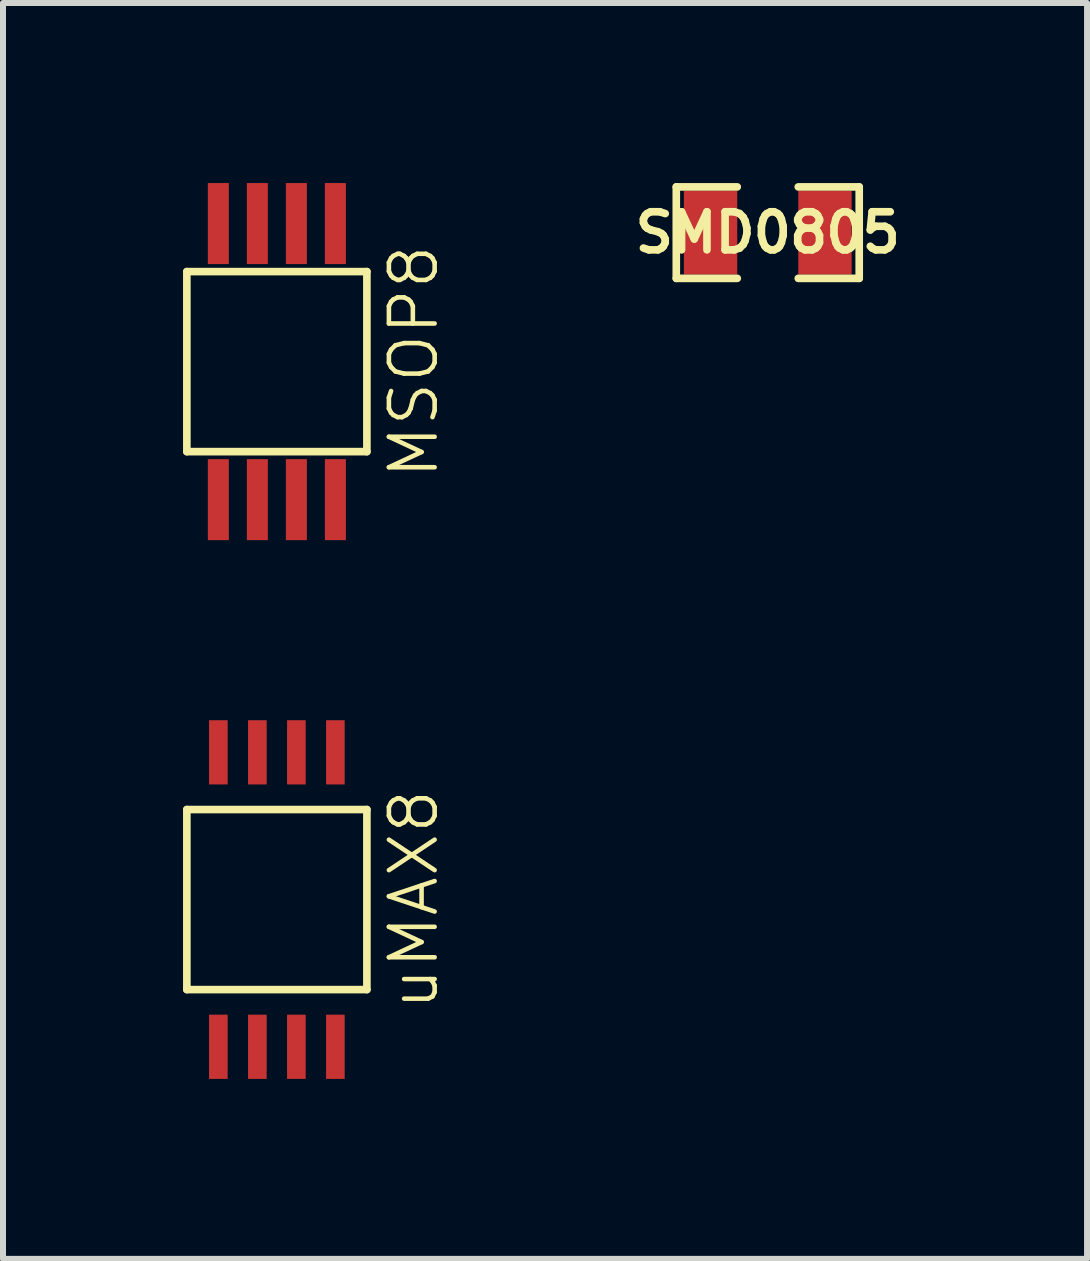
<source format=kicad_pcb>
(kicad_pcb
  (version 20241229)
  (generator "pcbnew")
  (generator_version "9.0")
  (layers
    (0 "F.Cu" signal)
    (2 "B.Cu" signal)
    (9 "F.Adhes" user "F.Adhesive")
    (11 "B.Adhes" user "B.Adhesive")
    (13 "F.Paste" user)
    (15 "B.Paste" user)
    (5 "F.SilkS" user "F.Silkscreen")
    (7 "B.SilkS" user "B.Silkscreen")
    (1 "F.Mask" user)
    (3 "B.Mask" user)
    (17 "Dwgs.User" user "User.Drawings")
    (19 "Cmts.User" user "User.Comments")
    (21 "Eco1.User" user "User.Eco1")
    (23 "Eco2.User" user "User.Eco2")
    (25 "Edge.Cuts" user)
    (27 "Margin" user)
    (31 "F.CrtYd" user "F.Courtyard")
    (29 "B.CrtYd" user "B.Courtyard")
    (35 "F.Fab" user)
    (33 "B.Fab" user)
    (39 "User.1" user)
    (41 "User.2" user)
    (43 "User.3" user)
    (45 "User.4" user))
  (footprint "SMD0805"
    (layer "F.Cu")
    (at 9.742 0.826)
    (property "Reference" "SMD0805" (at 0 0 0) (layer "F.SilkS") (effects (font (size 0.635 0.635) (thickness 0.127))))
    (attr smd)
    (fp_line (start -1.524 -0.762) (end -0.508 -0.762) (stroke (width 0.127) (type solid)) (layer "F.SilkS"))
    (fp_line (start -1.524 0.762) (end -1.524 -0.762) (stroke (width 0.127) (type solid)) (layer "F.SilkS"))
    (fp_line (start -0.508 0.762) (end -1.524 0.762) (stroke (width 0.127) (type solid)) (layer "F.SilkS"))
    (fp_line (start 0.508 -0.762) (end 1.524 -0.762) (stroke (width 0.127) (type solid)) (layer "F.SilkS"))
    (fp_line (start 1.524 -0.762) (end 1.524 0.762) (stroke (width 0.127) (type solid)) (layer "F.SilkS"))
    (fp_line (start 1.524 0.762) (end 0.508 0.762) (stroke (width 0.127) (type solid)) (layer "F.SilkS"))
    (pad "1" smd rect (at -0.953 0) (size 0.889 1.397) (layers "F.Cu" "F.Mask" "F.Paste"))
    (pad "2" smd rect (at 0.953 0) (size 0.889 1.397) (layers "F.Cu" "F.Mask" "F.Paste")))
  (footprint "MSOP8"
    (layer "F.Cu")
    (at 1.563 2.975)
    (property "Reference" "MSOP8" (at 2.28 0 90) (layer "F.SilkS") (effects (font (size 0.762 0.762) (thickness 0.076))))
    (attr through_hole)
    (fp_line (start -1.5 -1.5) (end 1.5 -1.5) (stroke (width 0.127) (type solid)) (layer "F.SilkS"))
    (fp_line (start -1.5 1.5) (end -1.5 -1.5) (stroke (width 0.127) (type solid)) (layer "F.SilkS"))
    (fp_line (start 1.5 -1.5) (end 1.5 1.5) (stroke (width 0.127) (type solid)) (layer "F.SilkS"))
    (fp_line (start 1.5 1.5) (end -1.5 1.5) (stroke (width 0.127) (type solid)) (layer "F.SilkS"))
    (pad "1" smd rect (at -0.975 2.3) (size 0.35 1.35) (layers "F.Cu" "F.Mask" "F.Paste"))
    (pad "2" smd rect (at -0.325 2.3) (size 0.35 1.35) (layers "F.Cu" "F.Mask" "F.Paste"))
    (pad "3" smd rect (at 0.325 2.3) (size 0.35 1.35) (layers "F.Cu" "F.Mask" "F.Paste"))
    (pad "4" smd rect (at 0.975 2.3) (size 0.35 1.35) (layers "F.Cu" "F.Mask" "F.Paste"))
    (pad "5" smd rect (at 0.975 -2.3) (size 0.35 1.35) (layers "F.Cu" "F.Mask" "F.Paste"))
    (pad "6" smd rect (at 0.325 -2.3) (size 0.35 1.35) (layers "F.Cu" "F.Mask" "F.Paste"))
    (pad "7" smd rect (at -0.325 -2.3) (size 0.35 1.35) (layers "F.Cu" "F.Mask" "F.Paste"))
    (pad "8" smd rect (at -0.975 -2.3) (size 0.35 1.35) (layers "F.Cu" "F.Mask" "F.Paste")))
  (footprint "uMAX8"
    (layer "F.Cu")
    (at 1.563 11.938)
    (property "Reference" "uMAX8" (at 2.28 0 90) (layer "F.SilkS") (effects (font (size 0.762 0.762) (thickness 0.076))))
    (attr through_hole)
    (fp_line (start -1.5 -1.5) (end 1.5 -1.5) (stroke (width 0.127) (type solid)) (layer "F.SilkS"))
    (fp_line (start -1.5 1.5) (end -1.5 -1.5) (stroke (width 0.127) (type solid)) (layer "F.SilkS"))
    (fp_line (start 1.5 -1.5) (end 1.5 1.5) (stroke (width 0.127) (type solid)) (layer "F.SilkS"))
    (fp_line (start 1.5 1.5) (end -1.5 1.5) (stroke (width 0.127) (type solid)) (layer "F.SilkS"))
    (pad "1" smd rect (at -0.975 2.453) (size 0.31 1.07) (layers "F.Cu" "F.Mask" "F.Paste"))
    (pad "2" smd rect (at -0.325 2.453) (size 0.31 1.07) (layers "F.Cu" "F.Mask" "F.Paste"))
    (pad "3" smd rect (at 0.325 2.453) (size 0.31 1.07) (layers "F.Cu" "F.Mask" "F.Paste"))
    (pad "4" smd rect (at 0.975 2.453) (size 0.31 1.07) (layers "F.Cu" "F.Mask" "F.Paste"))
    (pad "5" smd rect (at 0.975 -2.453) (size 0.31 1.07) (layers "F.Cu" "F.Mask" "F.Paste"))
    (pad "6" smd rect (at 0.325 -2.453) (size 0.31 1.07) (layers "F.Cu" "F.Mask" "F.Paste"))
    (pad "7" smd rect (at -0.325 -2.453) (size 0.31 1.07) (layers "F.Cu" "F.Mask" "F.Paste"))
    (pad "8" smd rect (at -0.975 -2.453) (size 0.31 1.07) (layers "F.Cu" "F.Mask" "F.Paste")))
  (gr_rect
    (start -3 -3)
    (end 15.062 17.925)
    (stroke (width 0.1) (type default))
    (fill no)
    (layer "Edge.Cuts")))
</source>
